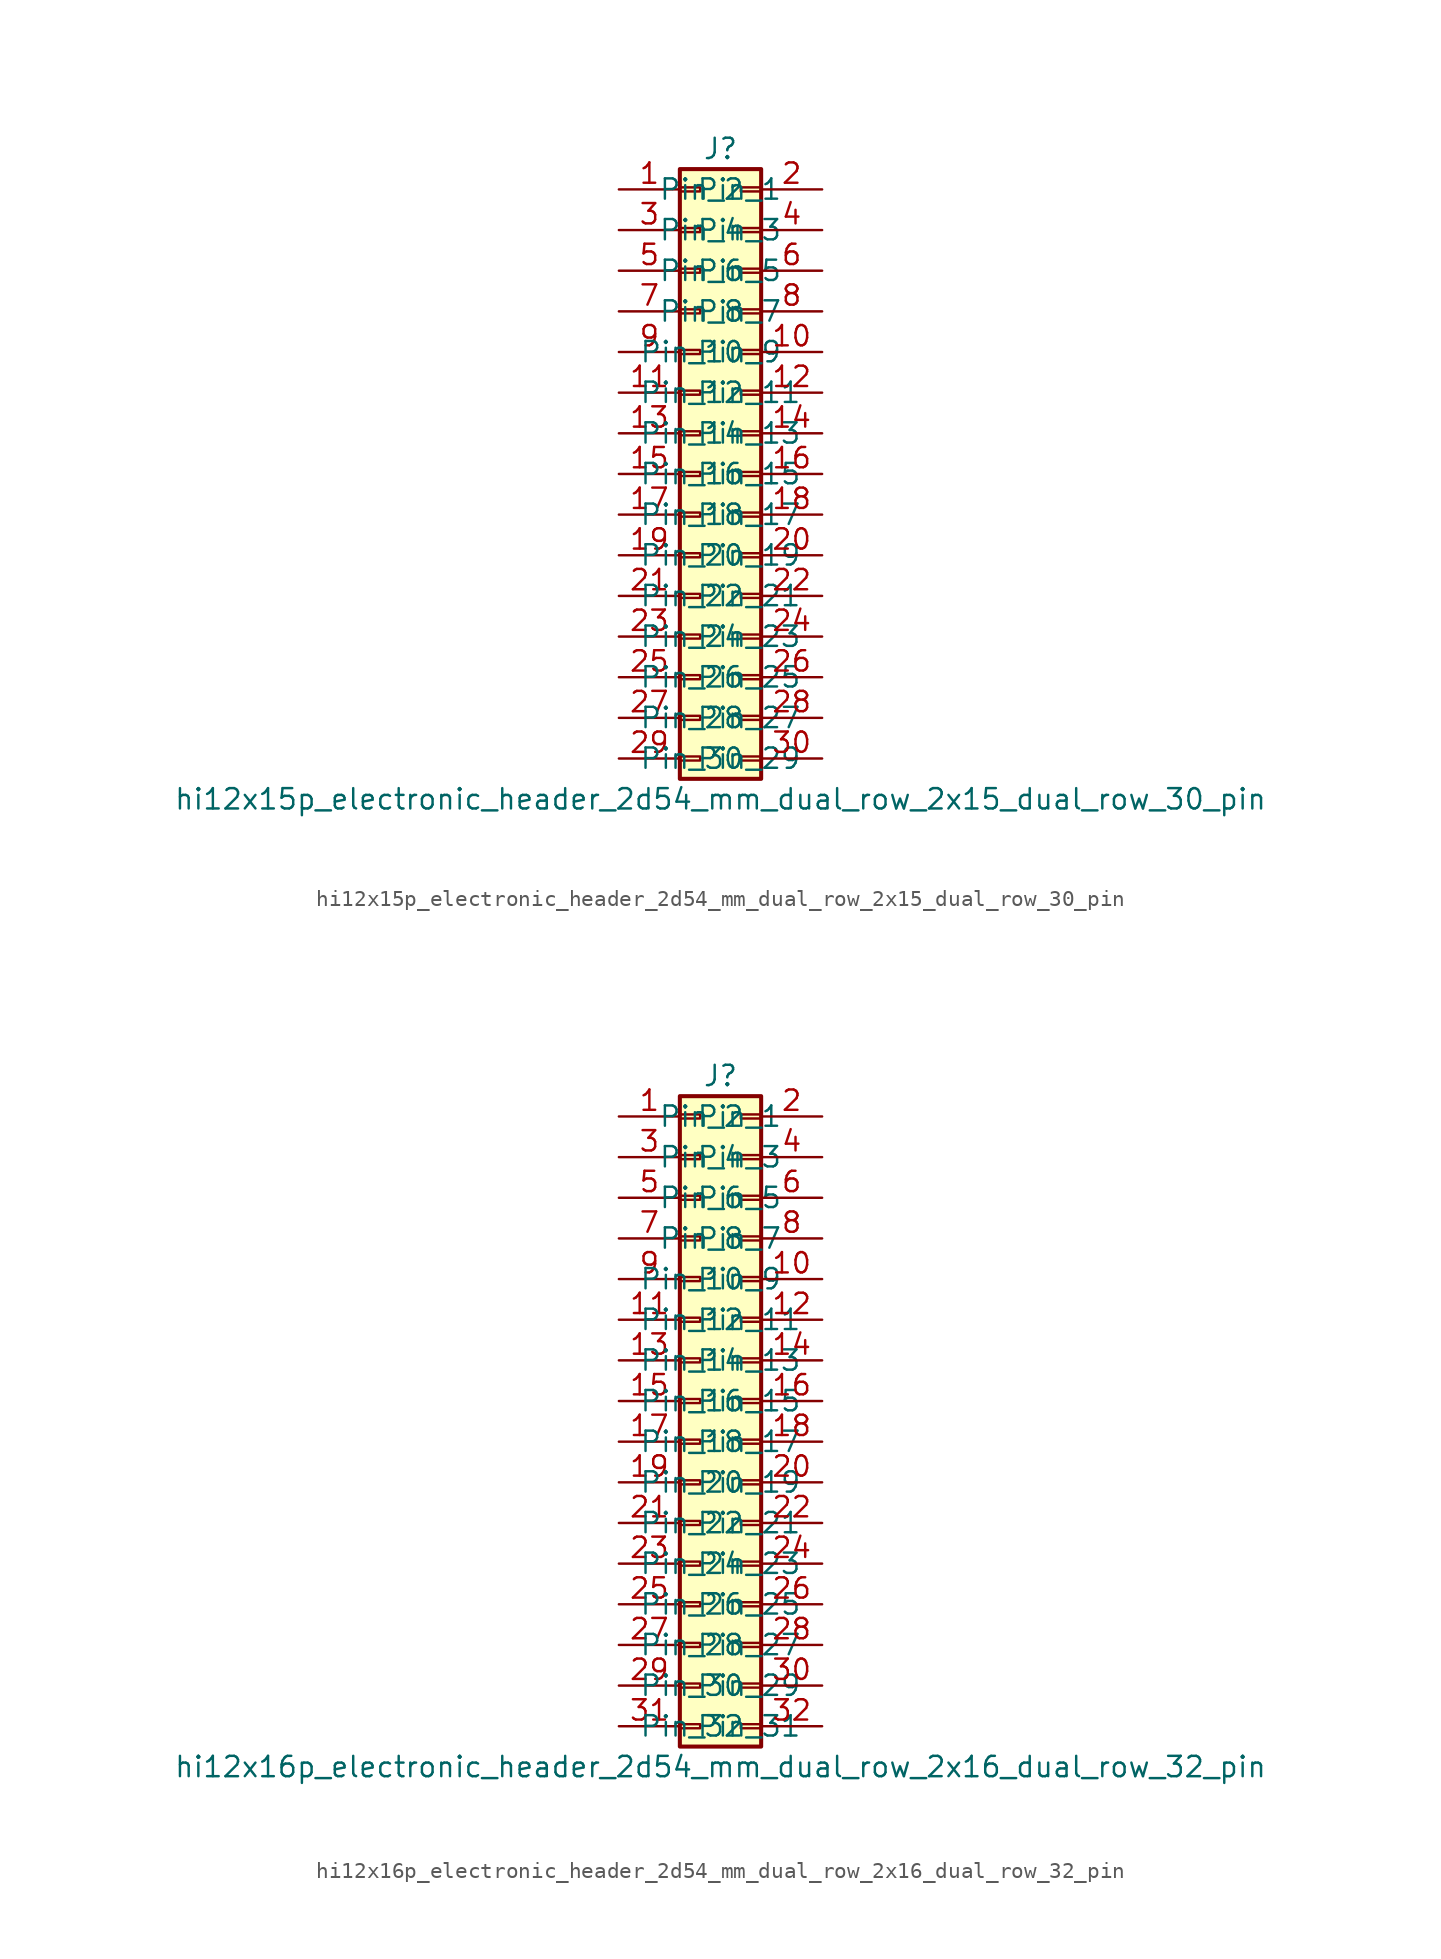
<source format=kicad_sym>
(kicad_symbol_lib
  (version 20220914)
  (generator kicad_symbol_editor)
  (symbol "hi12x15p_electronic_header_2d54_mm_dual_row_2x15_dual_row_30_pin"
    (pin_names
      (offset 1.016))
    (property "Reference" "J"
      (at 1.27 20.32 0)
      (effects (font (size 1.27 1.27))))
    (property "Value" "hi12x15p_electronic_header_2d54_mm_dual_row_2x15_dual_row_30_pin"
      (at 1.27 -20.32 0)
      (effects (font (size 1.27 1.27))))
    (symbol "hi12x15p_electronic_header_2d54_mm_dual_row_2x15_dual_row_30_pin_1_1"
      (rectangle (start -1.27 -17.653) (end 0 -17.907) (stroke (width 0.152) (type default)) (fill (type none)))
      (rectangle (start -1.27 -15.113) (end 0 -15.367) (stroke (width 0.152) (type default)) (fill (type none)))
      (rectangle (start -1.27 -12.573) (end 0 -12.827) (stroke (width 0.152) (type default)) (fill (type none)))
      (rectangle (start -1.27 -10.033) (end 0 -10.287) (stroke (width 0.152) (type default)) (fill (type none)))
      (rectangle (start -1.27 -7.493) (end 0 -7.747) (stroke (width 0.152) (type default)) (fill (type none)))
      (rectangle (start -1.27 -4.953) (end 0 -5.207) (stroke (width 0.152) (type default)) (fill (type none)))
      (rectangle (start -1.27 -2.413) (end 0 -2.667) (stroke (width 0.152) (type default)) (fill (type none)))
      (rectangle (start -1.27 0.127) (end 0 -0.127) (stroke (width 0.152) (type default)) (fill (type none)))
      (rectangle (start -1.27 2.667) (end 0 2.413) (stroke (width 0.152) (type default)) (fill (type none)))
      (rectangle (start -1.27 5.207) (end 0 4.953) (stroke (width 0.152) (type default)) (fill (type none)))
      (rectangle (start -1.27 7.747) (end 0 7.493) (stroke (width 0.152) (type default)) (fill (type none)))
      (rectangle (start -1.27 10.287) (end 0 10.033) (stroke (width 0.152) (type default)) (fill (type none)))
      (rectangle (start -1.27 12.827) (end 0 12.573) (stroke (width 0.152) (type default)) (fill (type none)))
      (rectangle (start -1.27 15.367) (end 0 15.113) (stroke (width 0.152) (type default)) (fill (type none)))
      (rectangle (start -1.27 17.907) (end 0 17.653) (stroke (width 0.152) (type default)) (fill (type none)))
      (rectangle (start -1.27 19.05) (end 3.81 -19.05) (stroke (width 0.254) (type default)) (fill (type background)))
      (rectangle (start 3.81 -17.653) (end 2.54 -17.907) (stroke (width 0.152) (type default)) (fill (type none)))
      (rectangle (start 3.81 -15.113) (end 2.54 -15.367) (stroke (width 0.152) (type default)) (fill (type none)))
      (rectangle (start 3.81 -12.573) (end 2.54 -12.827) (stroke (width 0.152) (type default)) (fill (type none)))
      (rectangle (start 3.81 -10.033) (end 2.54 -10.287) (stroke (width 0.152) (type default)) (fill (type none)))
      (rectangle (start 3.81 -7.493) (end 2.54 -7.747) (stroke (width 0.152) (type default)) (fill (type none)))
      (rectangle (start 3.81 -4.953) (end 2.54 -5.207) (stroke (width 0.152) (type default)) (fill (type none)))
      (rectangle (start 3.81 -2.413) (end 2.54 -2.667) (stroke (width 0.152) (type default)) (fill (type none)))
      (rectangle (start 3.81 0.127) (end 2.54 -0.127) (stroke (width 0.152) (type default)) (fill (type none)))
      (rectangle (start 3.81 2.667) (end 2.54 2.413) (stroke (width 0.152) (type default)) (fill (type none)))
      (rectangle (start 3.81 5.207) (end 2.54 4.953) (stroke (width 0.152) (type default)) (fill (type none)))
      (rectangle (start 3.81 7.747) (end 2.54 7.493) (stroke (width 0.152) (type default)) (fill (type none)))
      (rectangle (start 3.81 10.287) (end 2.54 10.033) (stroke (width 0.152) (type default)) (fill (type none)))
      (rectangle (start 3.81 12.827) (end 2.54 12.573) (stroke (width 0.152) (type default)) (fill (type none)))
      (rectangle (start 3.81 15.367) (end 2.54 15.113) (stroke (width 0.152) (type default)) (fill (type none)))
      (rectangle (start 3.81 17.907) (end 2.54 17.653) (stroke (width 0.152) (type default)) (fill (type none)))
      (pin passive line (at -5.08 17.78 0) (length 3.81) (name "Pin_1" (effects (font (size 1.27 1.27)))) (number "1" (effects (font (size 1.27 1.27)))))
      (pin passive line (at 7.62 7.62 180) (length 3.81) (name "Pin_10" (effects (font (size 1.27 1.27)))) (number "10" (effects (font (size 1.27 1.27)))))
      (pin passive line (at -5.08 5.08 0) (length 3.81) (name "Pin_11" (effects (font (size 1.27 1.27)))) (number "11" (effects (font (size 1.27 1.27)))))
      (pin passive line (at 7.62 5.08 180) (length 3.81) (name "Pin_12" (effects (font (size 1.27 1.27)))) (number "12" (effects (font (size 1.27 1.27)))))
      (pin passive line (at -5.08 2.54 0) (length 3.81) (name "Pin_13" (effects (font (size 1.27 1.27)))) (number "13" (effects (font (size 1.27 1.27)))))
      (pin passive line (at 7.62 2.54 180) (length 3.81) (name "Pin_14" (effects (font (size 1.27 1.27)))) (number "14" (effects (font (size 1.27 1.27)))))
      (pin passive line (at -5.08 0 0) (length 3.81) (name "Pin_15" (effects (font (size 1.27 1.27)))) (number "15" (effects (font (size 1.27 1.27)))))
      (pin passive line (at 7.62 0 180) (length 3.81) (name "Pin_16" (effects (font (size 1.27 1.27)))) (number "16" (effects (font (size 1.27 1.27)))))
      (pin passive line (at -5.08 -2.54 0) (length 3.81) (name "Pin_17" (effects (font (size 1.27 1.27)))) (number "17" (effects (font (size 1.27 1.27)))))
      (pin passive line (at 7.62 -2.54 180) (length 3.81) (name "Pin_18" (effects (font (size 1.27 1.27)))) (number "18" (effects (font (size 1.27 1.27)))))
      (pin passive line (at -5.08 -5.08 0) (length 3.81) (name "Pin_19" (effects (font (size 1.27 1.27)))) (number "19" (effects (font (size 1.27 1.27)))))
      (pin passive line (at 7.62 17.78 180) (length 3.81) (name "Pin_2" (effects (font (size 1.27 1.27)))) (number "2" (effects (font (size 1.27 1.27)))))
      (pin passive line (at 7.62 -5.08 180) (length 3.81) (name "Pin_20" (effects (font (size 1.27 1.27)))) (number "20" (effects (font (size 1.27 1.27)))))
      (pin passive line (at -5.08 -7.62 0) (length 3.81) (name "Pin_21" (effects (font (size 1.27 1.27)))) (number "21" (effects (font (size 1.27 1.27)))))
      (pin passive line (at 7.62 -7.62 180) (length 3.81) (name "Pin_22" (effects (font (size 1.27 1.27)))) (number "22" (effects (font (size 1.27 1.27)))))
      (pin passive line (at -5.08 -10.16 0) (length 3.81) (name "Pin_23" (effects (font (size 1.27 1.27)))) (number "23" (effects (font (size 1.27 1.27)))))
      (pin passive line (at 7.62 -10.16 180) (length 3.81) (name "Pin_24" (effects (font (size 1.27 1.27)))) (number "24" (effects (font (size 1.27 1.27)))))
      (pin passive line (at -5.08 -12.7 0) (length 3.81) (name "Pin_25" (effects (font (size 1.27 1.27)))) (number "25" (effects (font (size 1.27 1.27)))))
      (pin passive line (at 7.62 -12.7 180) (length 3.81) (name "Pin_26" (effects (font (size 1.27 1.27)))) (number "26" (effects (font (size 1.27 1.27)))))
      (pin passive line (at -5.08 -15.24 0) (length 3.81) (name "Pin_27" (effects (font (size 1.27 1.27)))) (number "27" (effects (font (size 1.27 1.27)))))
      (pin passive line (at 7.62 -15.24 180) (length 3.81) (name "Pin_28" (effects (font (size 1.27 1.27)))) (number "28" (effects (font (size 1.27 1.27)))))
      (pin passive line (at -5.08 -17.78 0) (length 3.81) (name "Pin_29" (effects (font (size 1.27 1.27)))) (number "29" (effects (font (size 1.27 1.27)))))
      (pin passive line (at -5.08 15.24 0) (length 3.81) (name "Pin_3" (effects (font (size 1.27 1.27)))) (number "3" (effects (font (size 1.27 1.27)))))
      (pin passive line (at 7.62 -17.78 180) (length 3.81) (name "Pin_30" (effects (font (size 1.27 1.27)))) (number "30" (effects (font (size 1.27 1.27)))))
      (pin passive line (at 7.62 15.24 180) (length 3.81) (name "Pin_4" (effects (font (size 1.27 1.27)))) (number "4" (effects (font (size 1.27 1.27)))))
      (pin passive line (at -5.08 12.7 0) (length 3.81) (name "Pin_5" (effects (font (size 1.27 1.27)))) (number "5" (effects (font (size 1.27 1.27)))))
      (pin passive line (at 7.62 12.7 180) (length 3.81) (name "Pin_6" (effects (font (size 1.27 1.27)))) (number "6" (effects (font (size 1.27 1.27)))))
      (pin passive line (at -5.08 10.16 0) (length 3.81) (name "Pin_7" (effects (font (size 1.27 1.27)))) (number "7" (effects (font (size 1.27 1.27)))))
      (pin passive line (at 7.62 10.16 180) (length 3.81) (name "Pin_8" (effects (font (size 1.27 1.27)))) (number "8" (effects (font (size 1.27 1.27)))))
      (pin passive line (at -5.08 7.62 0) (length 3.81) (name "Pin_9" (effects (font (size 1.27 1.27)))) (number "9" (effects (font (size 1.27 1.27)))))))
  (symbol "hi12x16p_electronic_header_2d54_mm_dual_row_2x16_dual_row_32_pin"
    (pin_names
      (offset 1.016))
    (property "Reference" "J"
      (at 1.27 20.32 0)
      (effects (font (size 1.27 1.27))))
    (property "Value" "hi12x16p_electronic_header_2d54_mm_dual_row_2x16_dual_row_32_pin"
      (at 1.27 -22.86 0)
      (effects (font (size 1.27 1.27))))
    (symbol "hi12x16p_electronic_header_2d54_mm_dual_row_2x16_dual_row_32_pin_1_1"
      (rectangle (start -1.27 -20.193) (end 0 -20.447) (stroke (width 0.152) (type default)) (fill (type none)))
      (rectangle (start -1.27 -17.653) (end 0 -17.907) (stroke (width 0.152) (type default)) (fill (type none)))
      (rectangle (start -1.27 -15.113) (end 0 -15.367) (stroke (width 0.152) (type default)) (fill (type none)))
      (rectangle (start -1.27 -12.573) (end 0 -12.827) (stroke (width 0.152) (type default)) (fill (type none)))
      (rectangle (start -1.27 -10.033) (end 0 -10.287) (stroke (width 0.152) (type default)) (fill (type none)))
      (rectangle (start -1.27 -7.493) (end 0 -7.747) (stroke (width 0.152) (type default)) (fill (type none)))
      (rectangle (start -1.27 -4.953) (end 0 -5.207) (stroke (width 0.152) (type default)) (fill (type none)))
      (rectangle (start -1.27 -2.413) (end 0 -2.667) (stroke (width 0.152) (type default)) (fill (type none)))
      (rectangle (start -1.27 0.127) (end 0 -0.127) (stroke (width 0.152) (type default)) (fill (type none)))
      (rectangle (start -1.27 2.667) (end 0 2.413) (stroke (width 0.152) (type default)) (fill (type none)))
      (rectangle (start -1.27 5.207) (end 0 4.953) (stroke (width 0.152) (type default)) (fill (type none)))
      (rectangle (start -1.27 7.747) (end 0 7.493) (stroke (width 0.152) (type default)) (fill (type none)))
      (rectangle (start -1.27 10.287) (end 0 10.033) (stroke (width 0.152) (type default)) (fill (type none)))
      (rectangle (start -1.27 12.827) (end 0 12.573) (stroke (width 0.152) (type default)) (fill (type none)))
      (rectangle (start -1.27 15.367) (end 0 15.113) (stroke (width 0.152) (type default)) (fill (type none)))
      (rectangle (start -1.27 17.907) (end 0 17.653) (stroke (width 0.152) (type default)) (fill (type none)))
      (rectangle (start -1.27 19.05) (end 3.81 -21.59) (stroke (width 0.254) (type default)) (fill (type background)))
      (rectangle (start 3.81 -20.193) (end 2.54 -20.447) (stroke (width 0.152) (type default)) (fill (type none)))
      (rectangle (start 3.81 -17.653) (end 2.54 -17.907) (stroke (width 0.152) (type default)) (fill (type none)))
      (rectangle (start 3.81 -15.113) (end 2.54 -15.367) (stroke (width 0.152) (type default)) (fill (type none)))
      (rectangle (start 3.81 -12.573) (end 2.54 -12.827) (stroke (width 0.152) (type default)) (fill (type none)))
      (rectangle (start 3.81 -10.033) (end 2.54 -10.287) (stroke (width 0.152) (type default)) (fill (type none)))
      (rectangle (start 3.81 -7.493) (end 2.54 -7.747) (stroke (width 0.152) (type default)) (fill (type none)))
      (rectangle (start 3.81 -4.953) (end 2.54 -5.207) (stroke (width 0.152) (type default)) (fill (type none)))
      (rectangle (start 3.81 -2.413) (end 2.54 -2.667) (stroke (width 0.152) (type default)) (fill (type none)))
      (rectangle (start 3.81 0.127) (end 2.54 -0.127) (stroke (width 0.152) (type default)) (fill (type none)))
      (rectangle (start 3.81 2.667) (end 2.54 2.413) (stroke (width 0.152) (type default)) (fill (type none)))
      (rectangle (start 3.81 5.207) (end 2.54 4.953) (stroke (width 0.152) (type default)) (fill (type none)))
      (rectangle (start 3.81 7.747) (end 2.54 7.493) (stroke (width 0.152) (type default)) (fill (type none)))
      (rectangle (start 3.81 10.287) (end 2.54 10.033) (stroke (width 0.152) (type default)) (fill (type none)))
      (rectangle (start 3.81 12.827) (end 2.54 12.573) (stroke (width 0.152) (type default)) (fill (type none)))
      (rectangle (start 3.81 15.367) (end 2.54 15.113) (stroke (width 0.152) (type default)) (fill (type none)))
      (rectangle (start 3.81 17.907) (end 2.54 17.653) (stroke (width 0.152) (type default)) (fill (type none)))
      (pin passive line (at -5.08 17.78 0) (length 3.81) (name "Pin_1" (effects (font (size 1.27 1.27)))) (number "1" (effects (font (size 1.27 1.27)))))
      (pin passive line (at 7.62 7.62 180) (length 3.81) (name "Pin_10" (effects (font (size 1.27 1.27)))) (number "10" (effects (font (size 1.27 1.27)))))
      (pin passive line (at -5.08 5.08 0) (length 3.81) (name "Pin_11" (effects (font (size 1.27 1.27)))) (number "11" (effects (font (size 1.27 1.27)))))
      (pin passive line (at 7.62 5.08 180) (length 3.81) (name "Pin_12" (effects (font (size 1.27 1.27)))) (number "12" (effects (font (size 1.27 1.27)))))
      (pin passive line (at -5.08 2.54 0) (length 3.81) (name "Pin_13" (effects (font (size 1.27 1.27)))) (number "13" (effects (font (size 1.27 1.27)))))
      (pin passive line (at 7.62 2.54 180) (length 3.81) (name "Pin_14" (effects (font (size 1.27 1.27)))) (number "14" (effects (font (size 1.27 1.27)))))
      (pin passive line (at -5.08 0 0) (length 3.81) (name "Pin_15" (effects (font (size 1.27 1.27)))) (number "15" (effects (font (size 1.27 1.27)))))
      (pin passive line (at 7.62 0 180) (length 3.81) (name "Pin_16" (effects (font (size 1.27 1.27)))) (number "16" (effects (font (size 1.27 1.27)))))
      (pin passive line (at -5.08 -2.54 0) (length 3.81) (name "Pin_17" (effects (font (size 1.27 1.27)))) (number "17" (effects (font (size 1.27 1.27)))))
      (pin passive line (at 7.62 -2.54 180) (length 3.81) (name "Pin_18" (effects (font (size 1.27 1.27)))) (number "18" (effects (font (size 1.27 1.27)))))
      (pin passive line (at -5.08 -5.08 0) (length 3.81) (name "Pin_19" (effects (font (size 1.27 1.27)))) (number "19" (effects (font (size 1.27 1.27)))))
      (pin passive line (at 7.62 17.78 180) (length 3.81) (name "Pin_2" (effects (font (size 1.27 1.27)))) (number "2" (effects (font (size 1.27 1.27)))))
      (pin passive line (at 7.62 -5.08 180) (length 3.81) (name "Pin_20" (effects (font (size 1.27 1.27)))) (number "20" (effects (font (size 1.27 1.27)))))
      (pin passive line (at -5.08 -7.62 0) (length 3.81) (name "Pin_21" (effects (font (size 1.27 1.27)))) (number "21" (effects (font (size 1.27 1.27)))))
      (pin passive line (at 7.62 -7.62 180) (length 3.81) (name "Pin_22" (effects (font (size 1.27 1.27)))) (number "22" (effects (font (size 1.27 1.27)))))
      (pin passive line (at -5.08 -10.16 0) (length 3.81) (name "Pin_23" (effects (font (size 1.27 1.27)))) (number "23" (effects (font (size 1.27 1.27)))))
      (pin passive line (at 7.62 -10.16 180) (length 3.81) (name "Pin_24" (effects (font (size 1.27 1.27)))) (number "24" (effects (font (size 1.27 1.27)))))
      (pin passive line (at -5.08 -12.7 0) (length 3.81) (name "Pin_25" (effects (font (size 1.27 1.27)))) (number "25" (effects (font (size 1.27 1.27)))))
      (pin passive line (at 7.62 -12.7 180) (length 3.81) (name "Pin_26" (effects (font (size 1.27 1.27)))) (number "26" (effects (font (size 1.27 1.27)))))
      (pin passive line (at -5.08 -15.24 0) (length 3.81) (name "Pin_27" (effects (font (size 1.27 1.27)))) (number "27" (effects (font (size 1.27 1.27)))))
      (pin passive line (at 7.62 -15.24 180) (length 3.81) (name "Pin_28" (effects (font (size 1.27 1.27)))) (number "28" (effects (font (size 1.27 1.27)))))
      (pin passive line (at -5.08 -17.78 0) (length 3.81) (name "Pin_29" (effects (font (size 1.27 1.27)))) (number "29" (effects (font (size 1.27 1.27)))))
      (pin passive line (at -5.08 15.24 0) (length 3.81) (name "Pin_3" (effects (font (size 1.27 1.27)))) (number "3" (effects (font (size 1.27 1.27)))))
      (pin passive line (at 7.62 -17.78 180) (length 3.81) (name "Pin_30" (effects (font (size 1.27 1.27)))) (number "30" (effects (font (size 1.27 1.27)))))
      (pin passive line (at -5.08 -20.32 0) (length 3.81) (name "Pin_31" (effects (font (size 1.27 1.27)))) (number "31" (effects (font (size 1.27 1.27)))))
      (pin passive line (at 7.62 -20.32 180) (length 3.81) (name "Pin_32" (effects (font (size 1.27 1.27)))) (number "32" (effects (font (size 1.27 1.27)))))
      (pin passive line (at 7.62 15.24 180) (length 3.81) (name "Pin_4" (effects (font (size 1.27 1.27)))) (number "4" (effects (font (size 1.27 1.27)))))
      (pin passive line (at -5.08 12.7 0) (length 3.81) (name "Pin_5" (effects (font (size 1.27 1.27)))) (number "5" (effects (font (size 1.27 1.27)))))
      (pin passive line (at 7.62 12.7 180) (length 3.81) (name "Pin_6" (effects (font (size 1.27 1.27)))) (number "6" (effects (font (size 1.27 1.27)))))
      (pin passive line (at -5.08 10.16 0) (length 3.81) (name "Pin_7" (effects (font (size 1.27 1.27)))) (number "7" (effects (font (size 1.27 1.27)))))
      (pin passive line (at 7.62 10.16 180) (length 3.81) (name "Pin_8" (effects (font (size 1.27 1.27)))) (number "8" (effects (font (size 1.27 1.27)))))
      (pin passive line (at -5.08 7.62 0) (length 3.81) (name "Pin_9" (effects (font (size 1.27 1.27)))) (number "9" (effects (font (size 1.27 1.27))))))))
</source>
